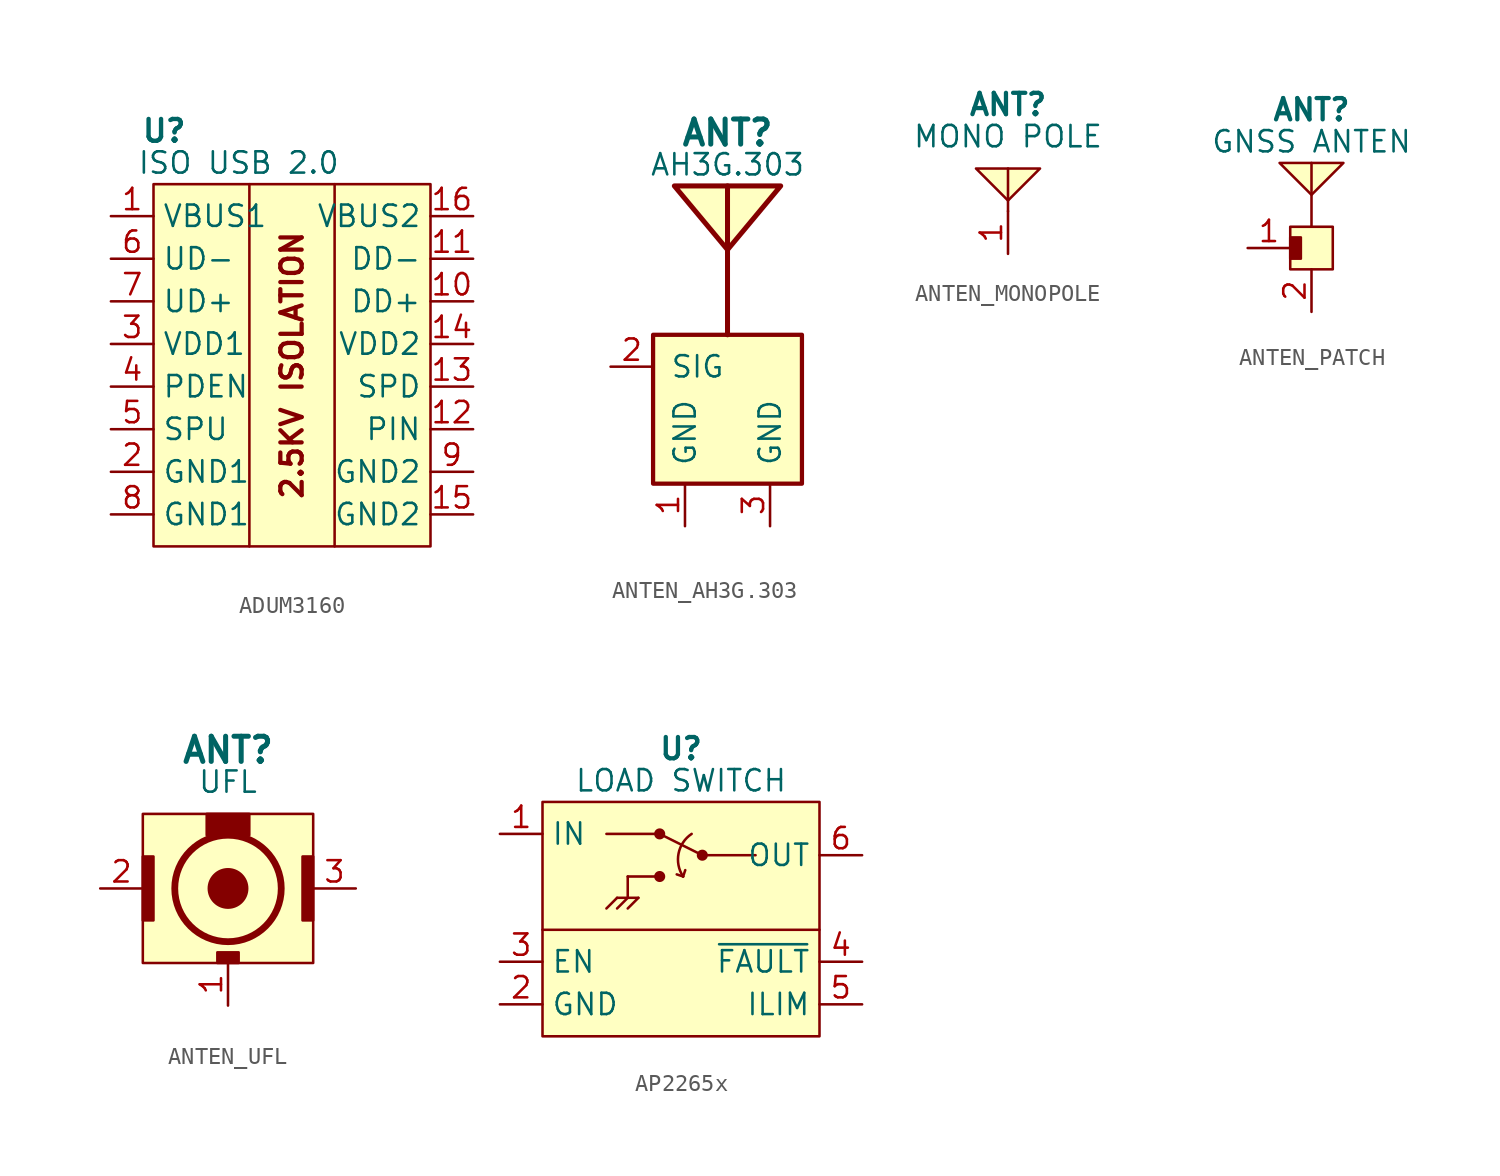
<source format=kicad_sym>
(kicad_symbol_lib
  (version 20231120)
  (generator "kicad_symbol_editor")
  (generator_version "8.0")
  (symbol "ADUM3160"
    (property "Reference" "U"
      (at -3.175 0 0)
      (effects (font (size 1.3 1.3) (bold yes))))
    (property "Value" "ISO USB 2.0"
      (at 1.27 -1.905 0)
      (effects (font (size 1.27 1.27))))
    (symbol "ADUM3160_1_1"
      (rectangle (start -3.81 -3.175) (end 12.7 -24.765) (stroke (width 0) (type default)) (fill (type background)))
      (polyline (pts (xy 1.905 -3.175) (xy 1.905 -24.765)) (stroke (width 0) (type default)) (fill (type none)))
      (polyline (pts (xy 6.985 -3.175) (xy 6.985 -24.765)) (stroke (width 0) (type default)) (fill (type none)))
      (text "2.5KV ISOLATION" (at 4.445 -13.97 900) (effects (font (size 1.27 1.27) (bold yes))))
      (pin power_in line (at -6.35 -5.08 0) (length 2.54) (name "VBUS1" (effects (font (size 1.27 1.27)))) (number "1" (effects (font (size 1.27 1.27)))))
      (pin passive line (at 15.24 -10.16 180) (length 2.54) (name "DD+" (effects (font (size 1.27 1.27)))) (number "10" (effects (font (size 1.27 1.27)))))
      (pin passive line (at 15.24 -7.62 180) (length 2.54) (name "DD-" (effects (font (size 1.27 1.27)))) (number "11" (effects (font (size 1.27 1.27)))))
      (pin passive line (at 15.24 -17.78 180) (length 2.54) (name "PIN" (effects (font (size 1.27 1.27)))) (number "12" (effects (font (size 1.27 1.27)))))
      (pin passive line (at 15.24 -15.24 180) (length 2.54) (name "SPD" (effects (font (size 1.27 1.27)))) (number "13" (effects (font (size 1.27 1.27)))))
      (pin passive line (at 15.24 -12.7 180) (length 2.54) (name "VDD2" (effects (font (size 1.27 1.27)))) (number "14" (effects (font (size 1.27 1.27)))))
      (pin passive line (at 15.24 -22.86 180) (length 2.54) (name "GND2" (effects (font (size 1.27 1.27)))) (number "15" (effects (font (size 1.27 1.27)))))
      (pin power_in line (at 15.24 -5.08 180) (length 2.54) (name "VBUS2" (effects (font (size 1.27 1.27)))) (number "16" (effects (font (size 1.27 1.27)))))
      (pin passive line (at -6.35 -20.32 0) (length 2.54) (name "GND1" (effects (font (size 1.27 1.27)))) (number "2" (effects (font (size 1.27 1.27)))))
      (pin passive line (at -6.35 -12.7 0) (length 2.54) (name "VDD1" (effects (font (size 1.27 1.27)))) (number "3" (effects (font (size 1.27 1.27)))))
      (pin passive line (at -6.35 -15.24 0) (length 2.54) (name "PDEN" (effects (font (size 1.27 1.27)))) (number "4" (effects (font (size 1.27 1.27)))))
      (pin passive line (at -6.35 -17.78 0) (length 2.54) (name "SPU" (effects (font (size 1.27 1.27)))) (number "5" (effects (font (size 1.27 1.27)))))
      (pin passive line (at -6.35 -7.62 0) (length 2.54) (name "UD-" (effects (font (size 1.27 1.27)))) (number "6" (effects (font (size 1.27 1.27)))))
      (pin passive line (at -6.35 -10.16 0) (length 2.54) (name "UD+" (effects (font (size 1.27 1.27)))) (number "7" (effects (font (size 1.27 1.27)))))
      (pin passive line (at -6.35 -22.86 0) (length 2.54) (name "GND1" (effects (font (size 1.27 1.27)))) (number "8" (effects (font (size 1.27 1.27)))))
      (pin passive line (at 15.24 -20.32 180) (length 2.54) (name "GND2" (effects (font (size 1.27 1.27)))) (number "9" (effects (font (size 1.27 1.27)))))))
  (symbol "ANTEN_AH3G.303"
    (pin_names
      (offset 1.016))
    (property "Reference" "ANT"
      (at 0.635 10.16 0)
      (effects (font (size 1.5 1.5) (bold yes))))
    (property "Value" "AH3G.303"
      (at 0.635 8.255 0)
      (effects (font (size 1.27 1.27))))
    (symbol "ANTEN_AH3G.303_1_0"
      (rectangle (start -3.81 -1.905) (end 5.08 -10.795) (stroke (width 0.254) (type default)) (fill (type background)))
      (pin passive line (at -1.905 -13.335 90) (length 2.54) (name "GND" (effects (font (size 1.27 1.27)))) (number "1" (effects (font (size 1.27 1.27)))))
      (pin passive line (at -6.35 -3.81 0) (length 2.54) (name "SIG" (effects (font (size 1.27 1.27)))) (number "2" (effects (font (size 1.27 1.27)))))
      (pin passive line (at 3.175 -13.335 90) (length 2.54) (name "GND" (effects (font (size 1.27 1.27)))) (number "3" (effects (font (size 1.27 1.27))))))
    (symbol "ANTEN_AH3G.303_1_1"
      (polyline (pts (xy 0.635 6.985) (xy 0.635 -1.905)) (stroke (width 0.3) (type default)) (fill (type none)))
      (polyline (pts (xy -2.54 6.985) (xy 3.81 6.985) (xy 0.635 3.175) (xy -2.54 6.985)) (stroke (width 0.3) (type default)) (fill (type background)))))
  (symbol "ANTEN_MONOPOLE"
    (pin_names hide)
    (property "Reference" "ANT"
      (at 0 0 0)
      (effects (font (size 1.27 1.27) (bold yes))))
    (property "Value" "MONO POLE"
      (at 0 -1.905 0)
      (effects (font (size 1.27 1.27))))
    (symbol "ANTEN_MONOPOLE_0_1"
      (polyline (pts (xy 0 -3.81) (xy 0 -6.35)) (stroke (width 0) (type default)) (fill (type none))))
    (symbol "ANTEN_MONOPOLE_1_1"
      (polyline (pts (xy 0 -5.715) (xy -1.905 -3.81) (xy 1.905 -3.81) (xy 0 -5.715)) (stroke (width 0) (type default)) (fill (type background)))
      (pin passive line (at 0 -8.89 90) (length 2.54) (name "SIG" (effects (font (size 1.27 1.27)))) (number "1" (effects (font (size 1.27 1.27)))))))
  (symbol "ANTEN_PATCH"
    (pin_names hide)
    (property "Reference" "ANT"
      (at 0 0 0)
      (effects (font (size 1.27 1.27) (bold yes))))
    (property "Value" "GNSS ANTEN"
      (at 0 -1.905 0)
      (effects (font (size 1.27 1.27))))
    (symbol "ANTEN_PATCH_0_1"
      (polyline (pts (xy 0 -3.175) (xy 0 -6.985)) (stroke (width 0) (type default)) (fill (type none))))
    (symbol "ANTEN_PATCH_1_1"
      (rectangle (start -1.27 -7.62) (end -0.635 -8.89) (stroke (width 0) (type default)) (fill (type outline)))
      (rectangle (start -1.27 -6.985) (end 1.27 -9.525) (stroke (width 0) (type default)) (fill (type background)))
      (polyline (pts (xy 0 -5.08) (xy -1.905 -3.175) (xy 1.905 -3.175) (xy 0 -5.08)) (stroke (width 0) (type default)) (fill (type background)))
      (pin passive line (at -3.81 -8.255 0) (length 2.54) (name "SIG" (effects (font (size 1.27 1.27)))) (number "1" (effects (font (size 1.27 1.27)))))
      (pin passive line (at 0 -12.065 90) (length 2.54) (name "GND" (effects (font (size 1.27 1.27)))) (number "2" (effects (font (size 1.27 1.27)))))))
  (symbol "ANTEN_UFL"
    (pin_names
      (offset 1.016) hide)
    (property "Reference" "ANT"
      (at 0 8.255 0)
      (effects (font (size 1.5 1.5) (bold yes))))
    (property "Value" "UFL"
      (at 0 6.35 0)
      (effects (font (size 1.27 1.27))))
    (symbol "ANTEN_UFL_0_0"
      (circle (center 0 0) (radius 3.175) (stroke (width 0.406) (type default)) (fill (type none))))
    (symbol "ANTEN_UFL_1_0"
      (circle (center 0 0) (radius 1.016) (stroke (width 0.406) (type default)) (fill (type outline)))
      (pin passive line (at 0 -6.985 90) (length 2.54) (name "SIG" (effects (font (size 1.27 1.27)))) (number "1" (effects (font (size 1.27 1.27)))))
      (pin passive line (at -7.62 0 0) (length 2.54) (name "GND" (effects (font (size 1.27 1.27)))) (number "2" (effects (font (size 1.27 1.27)))))
      (pin passive line (at 7.62 0 180) (length 2.54) (name "GND" (effects (font (size 1.27 1.27)))) (number "3" (effects (font (size 1.27 1.27))))))
    (symbol "ANTEN_UFL_1_1"
      (rectangle (start -5.08 1.905) (end -4.445 -1.905) (stroke (width 0) (type default)) (fill (type outline)))
      (rectangle (start -5.08 4.445) (end 5.08 -4.445) (stroke (width 0) (type default)) (fill (type background)))
      (rectangle (start -0.635 -3.81) (end 0.635 -4.445) (stroke (width 0) (type default)) (fill (type outline)))
      (polyline (pts (xy -1.27 3.175) (xy -1.27 4.445) (xy 1.27 4.445) (xy 1.27 3.175) (xy -1.27 3.175)) (stroke (width 0) (type default)) (fill (type outline)))
      (rectangle (start 4.445 1.905) (end 5.08 -1.905) (stroke (width 0) (type default)) (fill (type outline)))))
  (symbol "AP2265x"
    (property "Reference" "U"
      (at 0 0 0)
      (effects (font (size 1.27 1.27) (bold yes))))
    (property "Value" "LOAD SWITCH"
      (at 0 -1.905 0)
      (effects (font (size 1.27 1.27))))
    (symbol "AP2265x_0_1"
      (polyline (pts (xy -4.445 -5.08) (xy -1.27 -5.08)) (stroke (width 0) (type default)) (fill (type none)))
      (polyline (pts (xy -3.81 -8.89) (xy -4.445 -9.525)) (stroke (width 0) (type default)) (fill (type none)))
      (polyline (pts (xy -3.81 -8.89) (xy -2.54 -8.89)) (stroke (width 0) (type default)) (fill (type none)))
      (polyline (pts (xy -3.175 -8.89) (xy -3.81 -9.525)) (stroke (width 0) (type default)) (fill (type none)))
      (polyline (pts (xy -3.175 -7.62) (xy -3.175 -8.89)) (stroke (width 0) (type default)) (fill (type none)))
      (polyline (pts (xy -3.175 -7.62) (xy -1.27 -7.62)) (stroke (width 0) (type default)) (fill (type none)))
      (polyline (pts (xy -2.54 -8.89) (xy -3.175 -9.525)) (stroke (width 0) (type default)) (fill (type none)))
      (polyline (pts (xy 1.27 -6.35) (xy 4.445 -6.35)) (stroke (width 0) (type default)) (fill (type none))))
    (symbol "AP2265x_1_1"
      (rectangle (start -8.255 -3.175) (end 8.255 -17.145) (stroke (width 0) (type default)) (fill (type background)))
      (circle (center -1.27 -7.62) (radius 0.254) (stroke (width 0) (type default)) (fill (type outline)))
      (circle (center -1.27 -5.08) (radius 0.254) (stroke (width 0) (type default)) (fill (type outline)))
      (polyline (pts (xy -8.255 -10.795) (xy 8.255 -10.795)) (stroke (width 0) (type default)) (fill (type none)))
      (polyline (pts (xy 0.127 -7.62) (xy -0.254 -7.493)) (stroke (width 0) (type default)) (fill (type none)))
      (polyline (pts (xy 0.127 -7.62) (xy 0.254 -7.239)) (stroke (width 0) (type default)) (fill (type none)))
      (polyline (pts (xy 1.27 -6.35) (xy -1.27 -5.08)) (stroke (width 0) (type default)) (fill (type none)))
      (arc (start 0.635 -5.08) (mid -0.1451 -6.2448) (end 0.127 -7.62) (stroke (width 0) (type default)) (fill (type none)))
      (circle (center 1.27 -6.35) (radius 0.254) (stroke (width 0) (type default)) (fill (type outline)))
      (pin power_in line (at -10.795 -5.08 0) (length 2.54) (name "IN" (effects (font (size 1.27 1.27)))) (number "1" (effects (font (size 1.27 1.27)))))
      (pin passive line (at -10.795 -15.24 0) (length 2.54) (name "GND" (effects (font (size 1.27 1.27)))) (number "2" (effects (font (size 1.27 1.27)))))
      (pin input line (at -10.795 -12.7 0) (length 2.54) (name "EN" (effects (font (size 1.27 1.27)))) (number "3" (effects (font (size 1.27 1.27)))))
      (pin output line (at 10.795 -12.7 180) (length 2.54) (name "~{FAULT}" (effects (font (size 1.27 1.27)))) (number "4" (effects (font (size 1.27 1.27)))))
      (pin passive line (at 10.795 -15.24 180) (length 2.54) (name "ILIM" (effects (font (size 1.27 1.27)))) (number "5" (effects (font (size 1.27 1.27)))))
      (pin power_out line (at 10.795 -6.35 180) (length 2.54) (name "OUT" (effects (font (size 1.27 1.27)))) (number "6" (effects (font (size 1.27 1.27))))))))
</source>
